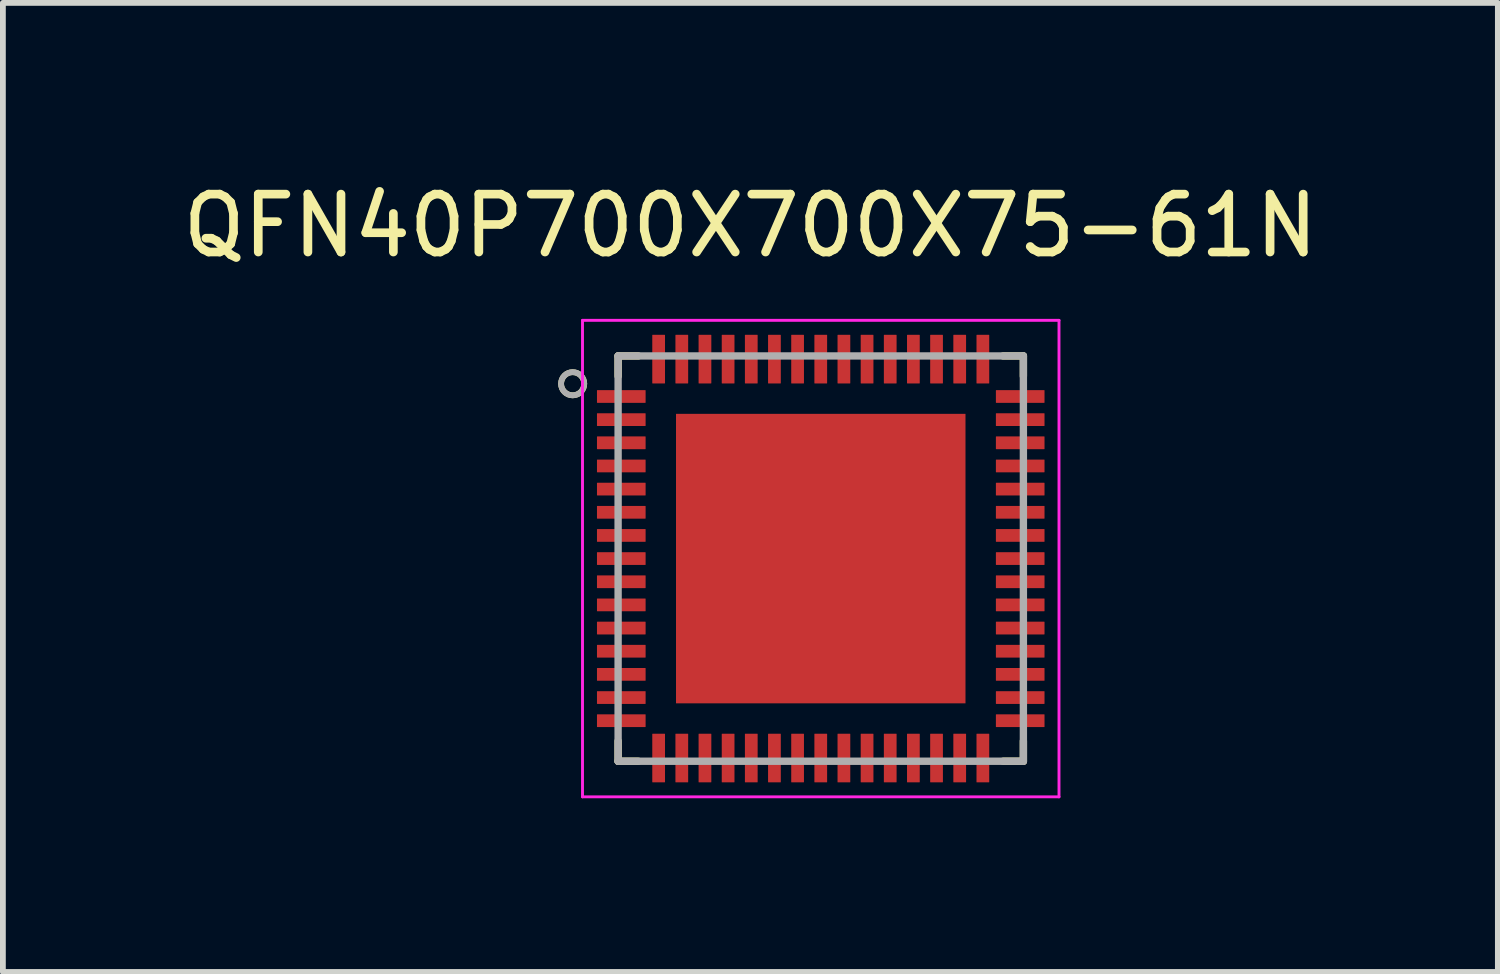
<source format=kicad_pcb>
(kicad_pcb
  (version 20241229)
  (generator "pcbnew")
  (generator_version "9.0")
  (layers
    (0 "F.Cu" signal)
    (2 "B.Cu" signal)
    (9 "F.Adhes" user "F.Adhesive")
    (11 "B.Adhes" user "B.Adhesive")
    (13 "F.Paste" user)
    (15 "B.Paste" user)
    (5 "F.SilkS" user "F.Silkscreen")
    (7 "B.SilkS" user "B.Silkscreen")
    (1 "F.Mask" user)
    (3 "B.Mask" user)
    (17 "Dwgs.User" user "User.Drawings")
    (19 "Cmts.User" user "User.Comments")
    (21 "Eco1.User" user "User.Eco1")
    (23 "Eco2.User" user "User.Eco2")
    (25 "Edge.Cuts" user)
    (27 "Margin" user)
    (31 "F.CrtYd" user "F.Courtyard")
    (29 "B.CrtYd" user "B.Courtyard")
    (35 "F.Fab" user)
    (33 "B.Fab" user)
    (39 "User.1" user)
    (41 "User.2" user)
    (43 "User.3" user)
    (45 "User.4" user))
  (footprint "QFN40P700X700X75-61N"
    (layer "F.Cu")
    (at 11.126 6.598)
    (property "Reference" "QFN40P700X700X75-61N" (at -1.215 -5.75 0) (layer "F.SilkS") (effects (font (size 1 1) (thickness 0.15))))
    (attr through_hole)
    (fp_line (start -3.5 -3.5) (end -3.5 -3.15) (stroke (width 0.127) (type solid)) (layer "F.SilkS"))
    (fp_line (start -3.5 -3.5) (end -3.15 -3.5) (stroke (width 0.127) (type solid)) (layer "F.SilkS"))
    (fp_line (start -3.5 3.5) (end -3.5 3.15) (stroke (width 0.127) (type solid)) (layer "F.SilkS"))
    (fp_line (start -3.5 3.5) (end -3.15 3.5) (stroke (width 0.127) (type solid)) (layer "F.SilkS"))
    (fp_line (start 3.5 -3.5) (end 3.15 -3.5) (stroke (width 0.127) (type solid)) (layer "F.SilkS"))
    (fp_line (start 3.5 -3.5) (end 3.5 -3.15) (stroke (width 0.127) (type solid)) (layer "F.SilkS"))
    (fp_line (start 3.5 3.5) (end 3.15 3.5) (stroke (width 0.127) (type solid)) (layer "F.SilkS"))
    (fp_line (start 3.5 3.5) (end 3.5 3.15) (stroke (width 0.127) (type solid)) (layer "F.SilkS"))
    (fp_circle (center -4.285 -3.02) (end -4.085 -3.02) (stroke (width 0.1) (type solid)) (fill no) (layer "F.SilkS"))
    (fp_poly (pts (xy -2.18 -2.18) (xy -0.32 -2.18) (xy -0.32 -0.32) (xy -2.18 -0.32)) (stroke (width 0.01) (type solid)) (fill yes) (layer "F.Paste"))
    (fp_poly (pts (xy -2.18 0.32) (xy -0.32 0.32) (xy -0.32 2.18) (xy -2.18 2.18)) (stroke (width 0.01) (type solid)) (fill yes) (layer "F.Paste"))
    (fp_poly (pts (xy 0.32 -2.18) (xy 2.18 -2.18) (xy 2.18 -0.32) (xy 0.32 -0.32)) (stroke (width 0.01) (type solid)) (fill yes) (layer "F.Paste"))
    (fp_poly (pts (xy 0.32 0.32) (xy 2.18 0.32) (xy 2.18 2.18) (xy 0.32 2.18)) (stroke (width 0.01) (type solid)) (fill yes) (layer "F.Paste"))
    (fp_line (start -4.115 -4.115) (end 4.115 -4.115) (stroke (width 0.05) (type solid)) (layer "F.CrtYd"))
    (fp_line (start -4.115 4.115) (end -4.115 -4.115) (stroke (width 0.05) (type solid)) (layer "F.CrtYd"))
    (fp_line (start -4.115 4.115) (end 4.115 4.115) (stroke (width 0.05) (type solid)) (layer "F.CrtYd"))
    (fp_line (start 4.115 4.115) (end 4.115 -4.115) (stroke (width 0.05) (type solid)) (layer "F.CrtYd"))
    (fp_line (start -3.5 3.5) (end -3.5 -3.5) (stroke (width 0.127) (type solid)) (layer "F.Fab"))
    (fp_line (start 3.5 -3.5) (end -3.5 -3.5) (stroke (width 0.127) (type solid)) (layer "F.Fab"))
    (fp_line (start 3.5 3.5) (end -3.5 3.5) (stroke (width 0.127) (type solid)) (layer "F.Fab"))
    (fp_line (start 3.5 3.5) (end 3.5 -3.5) (stroke (width 0.127) (type solid)) (layer "F.Fab"))
    (fp_circle (center -4.285 -3.02) (end -4.085 -3.02) (stroke (width 0.1) (type solid)) (fill no) (layer "F.Fab"))
    (pad "1" smd roundrect (at -3.445 -2.8) (size 0.84 0.22) (layers "F.Cu" "F.Mask" "F.Paste") (roundrect_rratio 0.03))
    (pad "2" smd roundrect (at -3.445 -2.4) (size 0.84 0.22) (layers "F.Cu" "F.Mask" "F.Paste") (roundrect_rratio 0.03))
    (pad "3" smd roundrect (at -3.445 -2) (size 0.84 0.22) (layers "F.Cu" "F.Mask" "F.Paste") (roundrect_rratio 0.03))
    (pad "4" smd roundrect (at -3.445 -1.6) (size 0.84 0.22) (layers "F.Cu" "F.Mask" "F.Paste") (roundrect_rratio 0.03))
    (pad "5" smd roundrect (at -3.445 -1.2) (size 0.84 0.22) (layers "F.Cu" "F.Mask" "F.Paste") (roundrect_rratio 0.03))
    (pad "6" smd roundrect (at -3.445 -0.8) (size 0.84 0.22) (layers "F.Cu" "F.Mask" "F.Paste") (roundrect_rratio 0.03))
    (pad "7" smd roundrect (at -3.445 -0.4) (size 0.84 0.22) (layers "F.Cu" "F.Mask" "F.Paste") (roundrect_rratio 0.03))
    (pad "8" smd roundrect (at -3.445 0) (size 0.84 0.22) (layers "F.Cu" "F.Mask" "F.Paste") (roundrect_rratio 0.03))
    (pad "9" smd roundrect (at -3.445 0.4) (size 0.84 0.22) (layers "F.Cu" "F.Mask" "F.Paste") (roundrect_rratio 0.03))
    (pad "10" smd roundrect (at -3.445 0.8) (size 0.84 0.22) (layers "F.Cu" "F.Mask" "F.Paste") (roundrect_rratio 0.03))
    (pad "11" smd roundrect (at -3.445 1.2) (size 0.84 0.22) (layers "F.Cu" "F.Mask" "F.Paste") (roundrect_rratio 0.03))
    (pad "12" smd roundrect (at -3.445 1.6) (size 0.84 0.22) (layers "F.Cu" "F.Mask" "F.Paste") (roundrect_rratio 0.03))
    (pad "13" smd roundrect (at -3.445 2) (size 0.84 0.22) (layers "F.Cu" "F.Mask" "F.Paste") (roundrect_rratio 0.03))
    (pad "14" smd roundrect (at -3.445 2.4) (size 0.84 0.22) (layers "F.Cu" "F.Mask" "F.Paste") (roundrect_rratio 0.03))
    (pad "15" smd roundrect (at -3.445 2.8) (size 0.84 0.22) (layers "F.Cu" "F.Mask" "F.Paste") (roundrect_rratio 0.03))
    (pad "16" smd roundrect (at -2.8 3.445) (size 0.22 0.84) (layers "F.Cu" "F.Mask" "F.Paste") (roundrect_rratio 0.03))
    (pad "17" smd roundrect (at -2.4 3.445) (size 0.22 0.84) (layers "F.Cu" "F.Mask" "F.Paste") (roundrect_rratio 0.03))
    (pad "18" smd roundrect (at -2 3.445) (size 0.22 0.84) (layers "F.Cu" "F.Mask" "F.Paste") (roundrect_rratio 0.03))
    (pad "19" smd roundrect (at -1.6 3.445) (size 0.22 0.84) (layers "F.Cu" "F.Mask" "F.Paste") (roundrect_rratio 0.03))
    (pad "20" smd roundrect (at -1.2 3.445) (size 0.22 0.84) (layers "F.Cu" "F.Mask" "F.Paste") (roundrect_rratio 0.03))
    (pad "21" smd roundrect (at -0.8 3.445) (size 0.22 0.84) (layers "F.Cu" "F.Mask" "F.Paste") (roundrect_rratio 0.03))
    (pad "22" smd roundrect (at -0.4 3.445) (size 0.22 0.84) (layers "F.Cu" "F.Mask" "F.Paste") (roundrect_rratio 0.03))
    (pad "23" smd roundrect (at 0 3.445) (size 0.22 0.84) (layers "F.Cu" "F.Mask" "F.Paste") (roundrect_rratio 0.03))
    (pad "24" smd roundrect (at 0.4 3.445) (size 0.22 0.84) (layers "F.Cu" "F.Mask" "F.Paste") (roundrect_rratio 0.03))
    (pad "25" smd roundrect (at 0.8 3.445) (size 0.22 0.84) (layers "F.Cu" "F.Mask" "F.Paste") (roundrect_rratio 0.03))
    (pad "26" smd roundrect (at 1.2 3.445) (size 0.22 0.84) (layers "F.Cu" "F.Mask" "F.Paste") (roundrect_rratio 0.03))
    (pad "27" smd roundrect (at 1.6 3.445) (size 0.22 0.84) (layers "F.Cu" "F.Mask" "F.Paste") (roundrect_rratio 0.03))
    (pad "28" smd roundrect (at 2 3.445) (size 0.22 0.84) (layers "F.Cu" "F.Mask" "F.Paste") (roundrect_rratio 0.03))
    (pad "29" smd roundrect (at 2.4 3.445) (size 0.22 0.84) (layers "F.Cu" "F.Mask" "F.Paste") (roundrect_rratio 0.03))
    (pad "30" smd roundrect (at 2.8 3.445) (size 0.22 0.84) (layers "F.Cu" "F.Mask" "F.Paste") (roundrect_rratio 0.03))
    (pad "31" smd roundrect (at 3.445 2.8) (size 0.84 0.22) (layers "F.Cu" "F.Mask" "F.Paste") (roundrect_rratio 0.03))
    (pad "32" smd roundrect (at 3.445 2.4) (size 0.84 0.22) (layers "F.Cu" "F.Mask" "F.Paste") (roundrect_rratio 0.03))
    (pad "33" smd roundrect (at 3.445 2) (size 0.84 0.22) (layers "F.Cu" "F.Mask" "F.Paste") (roundrect_rratio 0.03))
    (pad "34" smd roundrect (at 3.445 1.6) (size 0.84 0.22) (layers "F.Cu" "F.Mask" "F.Paste") (roundrect_rratio 0.03))
    (pad "35" smd roundrect (at 3.445 1.2) (size 0.84 0.22) (layers "F.Cu" "F.Mask" "F.Paste") (roundrect_rratio 0.03))
    (pad "36" smd roundrect (at 3.445 0.8) (size 0.84 0.22) (layers "F.Cu" "F.Mask" "F.Paste") (roundrect_rratio 0.03))
    (pad "37" smd roundrect (at 3.445 0.4) (size 0.84 0.22) (layers "F.Cu" "F.Mask" "F.Paste") (roundrect_rratio 0.03))
    (pad "38" smd roundrect (at 3.445 0) (size 0.84 0.22) (layers "F.Cu" "F.Mask" "F.Paste") (roundrect_rratio 0.03))
    (pad "39" smd roundrect (at 3.445 -0.4) (size 0.84 0.22) (layers "F.Cu" "F.Mask" "F.Paste") (roundrect_rratio 0.03))
    (pad "40" smd roundrect (at 3.445 -0.8) (size 0.84 0.22) (layers "F.Cu" "F.Mask" "F.Paste") (roundrect_rratio 0.03))
    (pad "41" smd roundrect (at 3.445 -1.2) (size 0.84 0.22) (layers "F.Cu" "F.Mask" "F.Paste") (roundrect_rratio 0.03))
    (pad "42" smd roundrect (at 3.445 -1.6) (size 0.84 0.22) (layers "F.Cu" "F.Mask" "F.Paste") (roundrect_rratio 0.03))
    (pad "43" smd roundrect (at 3.445 -2) (size 0.84 0.22) (layers "F.Cu" "F.Mask" "F.Paste") (roundrect_rratio 0.03))
    (pad "44" smd roundrect (at 3.445 -2.4) (size 0.84 0.22) (layers "F.Cu" "F.Mask" "F.Paste") (roundrect_rratio 0.03))
    (pad "45" smd roundrect (at 3.445 -2.8) (size 0.84 0.22) (layers "F.Cu" "F.Mask" "F.Paste") (roundrect_rratio 0.03))
    (pad "46" smd roundrect (at 2.8 -3.445) (size 0.22 0.84) (layers "F.Cu" "F.Mask" "F.Paste") (roundrect_rratio 0.03))
    (pad "47" smd roundrect (at 2.4 -3.445) (size 0.22 0.84) (layers "F.Cu" "F.Mask" "F.Paste") (roundrect_rratio 0.03))
    (pad "48" smd roundrect (at 2 -3.445) (size 0.22 0.84) (layers "F.Cu" "F.Mask" "F.Paste") (roundrect_rratio 0.03))
    (pad "49" smd roundrect (at 1.6 -3.445) (size 0.22 0.84) (layers "F.Cu" "F.Mask" "F.Paste") (roundrect_rratio 0.03))
    (pad "50" smd roundrect (at 1.2 -3.445) (size 0.22 0.84) (layers "F.Cu" "F.Mask" "F.Paste") (roundrect_rratio 0.03))
    (pad "51" smd roundrect (at 0.8 -3.445) (size 0.22 0.84) (layers "F.Cu" "F.Mask" "F.Paste") (roundrect_rratio 0.03))
    (pad "52" smd roundrect (at 0.4 -3.445) (size 0.22 0.84) (layers "F.Cu" "F.Mask" "F.Paste") (roundrect_rratio 0.03))
    (pad "53" smd roundrect (at 0 -3.445) (size 0.22 0.84) (layers "F.Cu" "F.Mask" "F.Paste") (roundrect_rratio 0.03))
    (pad "54" smd roundrect (at -0.4 -3.445) (size 0.22 0.84) (layers "F.Cu" "F.Mask" "F.Paste") (roundrect_rratio 0.03))
    (pad "55" smd roundrect (at -0.8 -3.445) (size 0.22 0.84) (layers "F.Cu" "F.Mask" "F.Paste") (roundrect_rratio 0.03))
    (pad "56" smd roundrect (at -1.2 -3.445) (size 0.22 0.84) (layers "F.Cu" "F.Mask" "F.Paste") (roundrect_rratio 0.03))
    (pad "57" smd roundrect (at -1.6 -3.445) (size 0.22 0.84) (layers "F.Cu" "F.Mask" "F.Paste") (roundrect_rratio 0.03))
    (pad "58" smd roundrect (at -2 -3.445) (size 0.22 0.84) (layers "F.Cu" "F.Mask" "F.Paste") (roundrect_rratio 0.03))
    (pad "59" smd roundrect (at -2.4 -3.445) (size 0.22 0.84) (layers "F.Cu" "F.Mask" "F.Paste") (roundrect_rratio 0.03))
    (pad "60" smd roundrect (at -2.8 -3.445) (size 0.22 0.84) (layers "F.Cu" "F.Mask" "F.Paste") (roundrect_rratio 0.03))
    (pad "61" smd rect (at 0 0) (size 5 5) (layers "F.Cu" "F.Mask")))
  (gr_rect
    (start -3 -3)
    (end 22.821 13.738)
    (stroke (width 0.1) (type default))
    (fill no)
    (layer "Edge.Cuts")))
</source>
